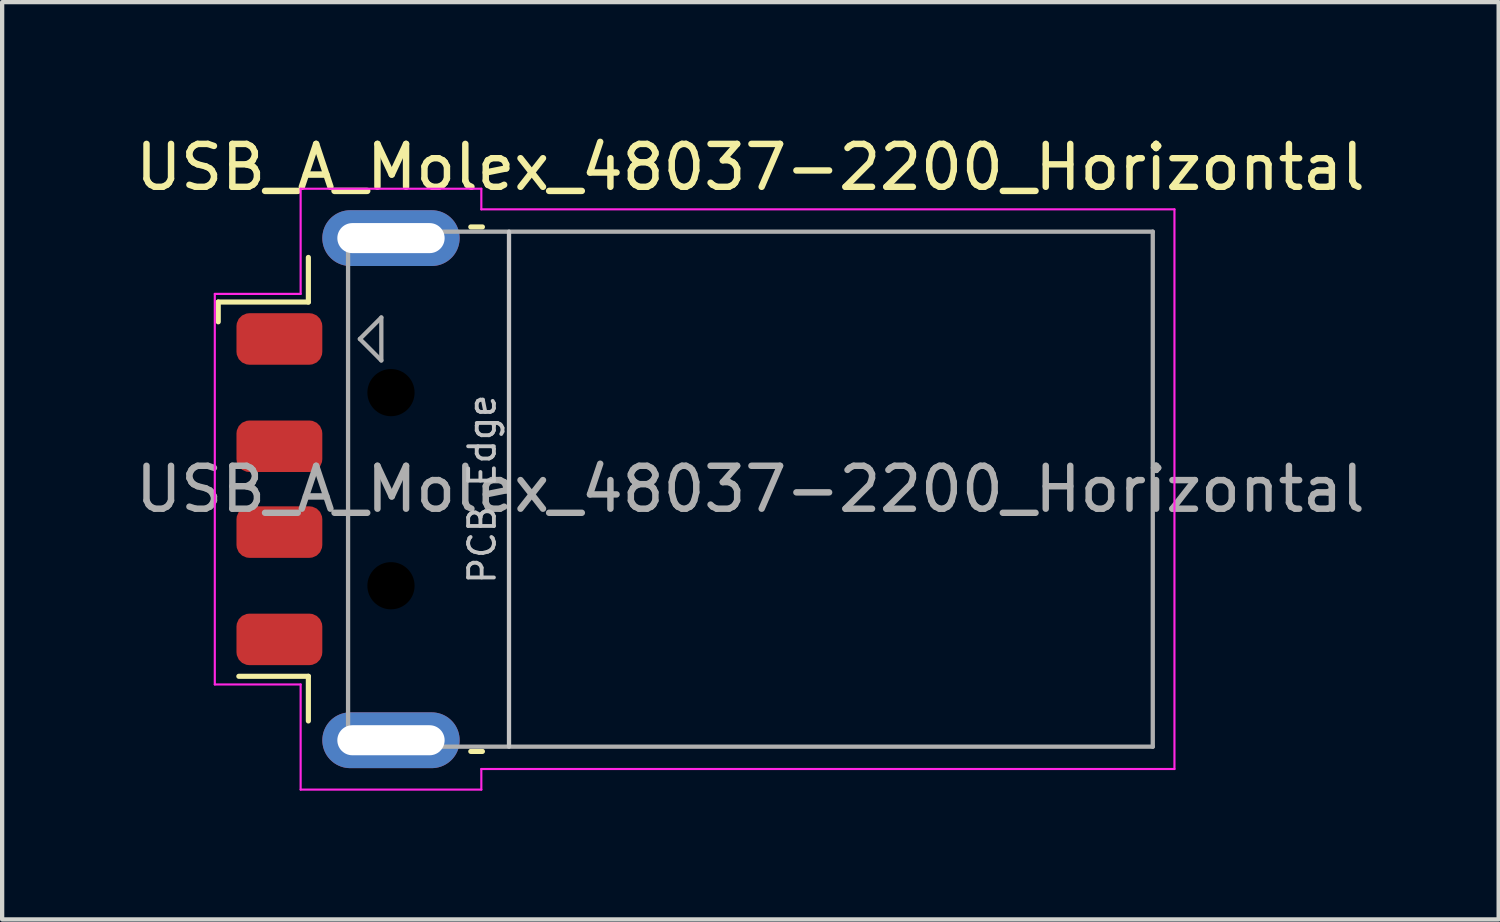
<source format=kicad_pcb>
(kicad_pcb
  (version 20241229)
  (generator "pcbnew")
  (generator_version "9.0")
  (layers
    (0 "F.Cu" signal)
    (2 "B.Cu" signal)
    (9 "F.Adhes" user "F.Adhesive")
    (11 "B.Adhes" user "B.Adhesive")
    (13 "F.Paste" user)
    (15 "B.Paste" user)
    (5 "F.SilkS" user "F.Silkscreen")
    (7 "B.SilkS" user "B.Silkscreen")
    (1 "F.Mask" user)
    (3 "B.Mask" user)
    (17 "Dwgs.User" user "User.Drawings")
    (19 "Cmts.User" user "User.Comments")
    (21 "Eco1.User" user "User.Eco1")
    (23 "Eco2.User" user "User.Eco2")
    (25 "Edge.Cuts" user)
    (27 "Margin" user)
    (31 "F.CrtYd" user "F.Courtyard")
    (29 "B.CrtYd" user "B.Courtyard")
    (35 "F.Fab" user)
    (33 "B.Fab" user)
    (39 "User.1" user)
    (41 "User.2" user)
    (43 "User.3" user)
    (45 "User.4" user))
  (footprint "USB_A_Molex_48037-2200_Horizontal"
    (layer "F.Cu")
    (at 14.435 8.348)
    (property "Reference" "USB_A_Molex_48037-2200_Horizontal" (at 0 -7.5 0) (layer "F.SilkS") (effects (font (size 1 1) (thickness 0.15))))
    (attr smd)
    (fp_line (start -12.4 -4.36) (end -12.4 -3.9) (stroke (width 0.12) (type default)) (layer "F.SilkS"))
    (fp_line (start -12.4 -4.36) (end -10.3 -4.36) (stroke (width 0.12) (type default)) (layer "F.SilkS"))
    (fp_line (start -11.92 4.36) (end -10.3 4.36) (stroke (width 0.12) (type default)) (layer "F.SilkS"))
    (fp_line (start -10.3 -5.4) (end -10.3 -4.36) (stroke (width 0.12) (type default)) (layer "F.SilkS"))
    (fp_line (start -10.3 4.36) (end -10.3 5.4) (stroke (width 0.12) (type default)) (layer "F.SilkS"))
    (fp_line (start -6.515 -6.11) (end -6.245 -6.11) (stroke (width 0.12) (type solid)) (layer "F.SilkS"))
    (fp_line (start -6.515 6.11) (end -6.245 6.11) (stroke (width 0.12) (type solid)) (layer "F.SilkS"))
    (fp_line (start -5.625 -6) (end -5.625 6) (stroke (width 0.1) (type solid)) (layer "Dwgs.User"))
    (fp_line (start -12.48 -4.55) (end -10.48 -4.55) (stroke (width 0.05) (type solid)) (layer "F.CrtYd"))
    (fp_line (start -12.48 4.55) (end -12.48 -4.55) (stroke (width 0.05) (type solid)) (layer "F.CrtYd"))
    (fp_line (start -12.48 4.55) (end -10.48 4.55) (stroke (width 0.05) (type solid)) (layer "F.CrtYd"))
    (fp_line (start -10.48 -7) (end -10.48 -4.55) (stroke (width 0.05) (type solid)) (layer "F.CrtYd"))
    (fp_line (start -10.48 -7) (end -6.27 -7) (stroke (width 0.05) (type solid)) (layer "F.CrtYd"))
    (fp_line (start -10.48 4.55) (end -10.48 7) (stroke (width 0.05) (type solid)) (layer "F.CrtYd"))
    (fp_line (start -10.48 7) (end -6.27 7) (stroke (width 0.05) (type solid)) (layer "F.CrtYd"))
    (fp_line (start -6.27 -6.52) (end -6.27 -7) (stroke (width 0.05) (type solid)) (layer "F.CrtYd"))
    (fp_line (start -6.27 -6.52) (end 9.88 -6.52) (stroke (width 0.05) (type solid)) (layer "F.CrtYd"))
    (fp_line (start -6.27 6.52) (end 9.88 6.52) (stroke (width 0.05) (type solid)) (layer "F.CrtYd"))
    (fp_line (start -6.27 7) (end -6.27 6.52) (stroke (width 0.05) (type solid)) (layer "F.CrtYd"))
    (fp_line (start 9.88 6.52) (end 9.88 -6.52) (stroke (width 0.05) (type solid)) (layer "F.CrtYd"))
    (fp_line (start -9.375 -6) (end -9.375 6) (stroke (width 0.1) (type solid)) (layer "F.Fab"))
    (fp_line (start -9.375 -6) (end 9.375 -6) (stroke (width 0.1) (type solid)) (layer "F.Fab"))
    (fp_line (start -9.375 6) (end 9.375 6) (stroke (width 0.1) (type solid)) (layer "F.Fab"))
    (fp_line (start -9.1 -3.5) (end -8.6 -4) (stroke (width 0.1) (type solid)) (layer "F.Fab"))
    (fp_line (start -9.1 -3.5) (end -8.6 -3) (stroke (width 0.1) (type solid)) (layer "F.Fab"))
    (fp_line (start -8.6 -4) (end -8.6 -3) (stroke (width 0.1) (type solid)) (layer "F.Fab"))
    (fp_line (start 9.375 -6) (end 9.375 6) (stroke (width 0.1) (type solid)) (layer "F.Fab"))
    (fp_text user "PCB Edge" (at -6.25 0 90) (layer "Dwgs.User") (effects (font (size 0.6 0.6) (thickness 0.09))))
    (fp_text user "${REFERENCE}" (at 0 0 180) (layer "F.Fab") (effects (font (size 1 1) (thickness 0.15))))
    (pad "" np_thru_hole circle (at -8.375 -2.25) (size 1.1 1.1) (drill 1.1) (layers "*.Mask"))
    (pad "" np_thru_hole circle (at -8.375 2.25) (size 1.1 1.1) (drill 1.1) (layers "*.Mask"))
    (pad "1" smd roundrect (at -10.975 -3.5) (size 2 1.2) (layers "F.Cu" "F.Mask" "F.Paste") (roundrect_rratio 0.25))
    (pad "2" smd roundrect (at -10.975 -1) (size 2 1.2) (layers "F.Cu" "F.Mask" "F.Paste") (roundrect_rratio 0.25))
    (pad "3" smd roundrect (at -10.975 1) (size 2 1.2) (layers "F.Cu" "F.Mask" "F.Paste") (roundrect_rratio 0.25))
    (pad "4" smd roundrect (at -10.975 3.5) (size 2 1.2) (layers "F.Cu" "F.Mask" "F.Paste") (roundrect_rratio 0.25))
    (pad "5" thru_hole oval (at -8.375 -5.85) (size 3.2 1.3) (drill oval 2.5 0.7) (property pad_prop_heatsink) (layers "*.Cu" "*.Mask"))
    (pad "5" thru_hole oval (at -8.375 5.85) (size 3.2 1.3) (drill oval 2.5 0.7) (property pad_prop_heatsink) (layers "*.Cu" "*.Mask")))
  (gr_rect
    (start -3 -3)
    (end 31.869 18.373)
    (stroke (width 0.1) (type default))
    (fill no)
    (layer "Edge.Cuts")))
</source>
